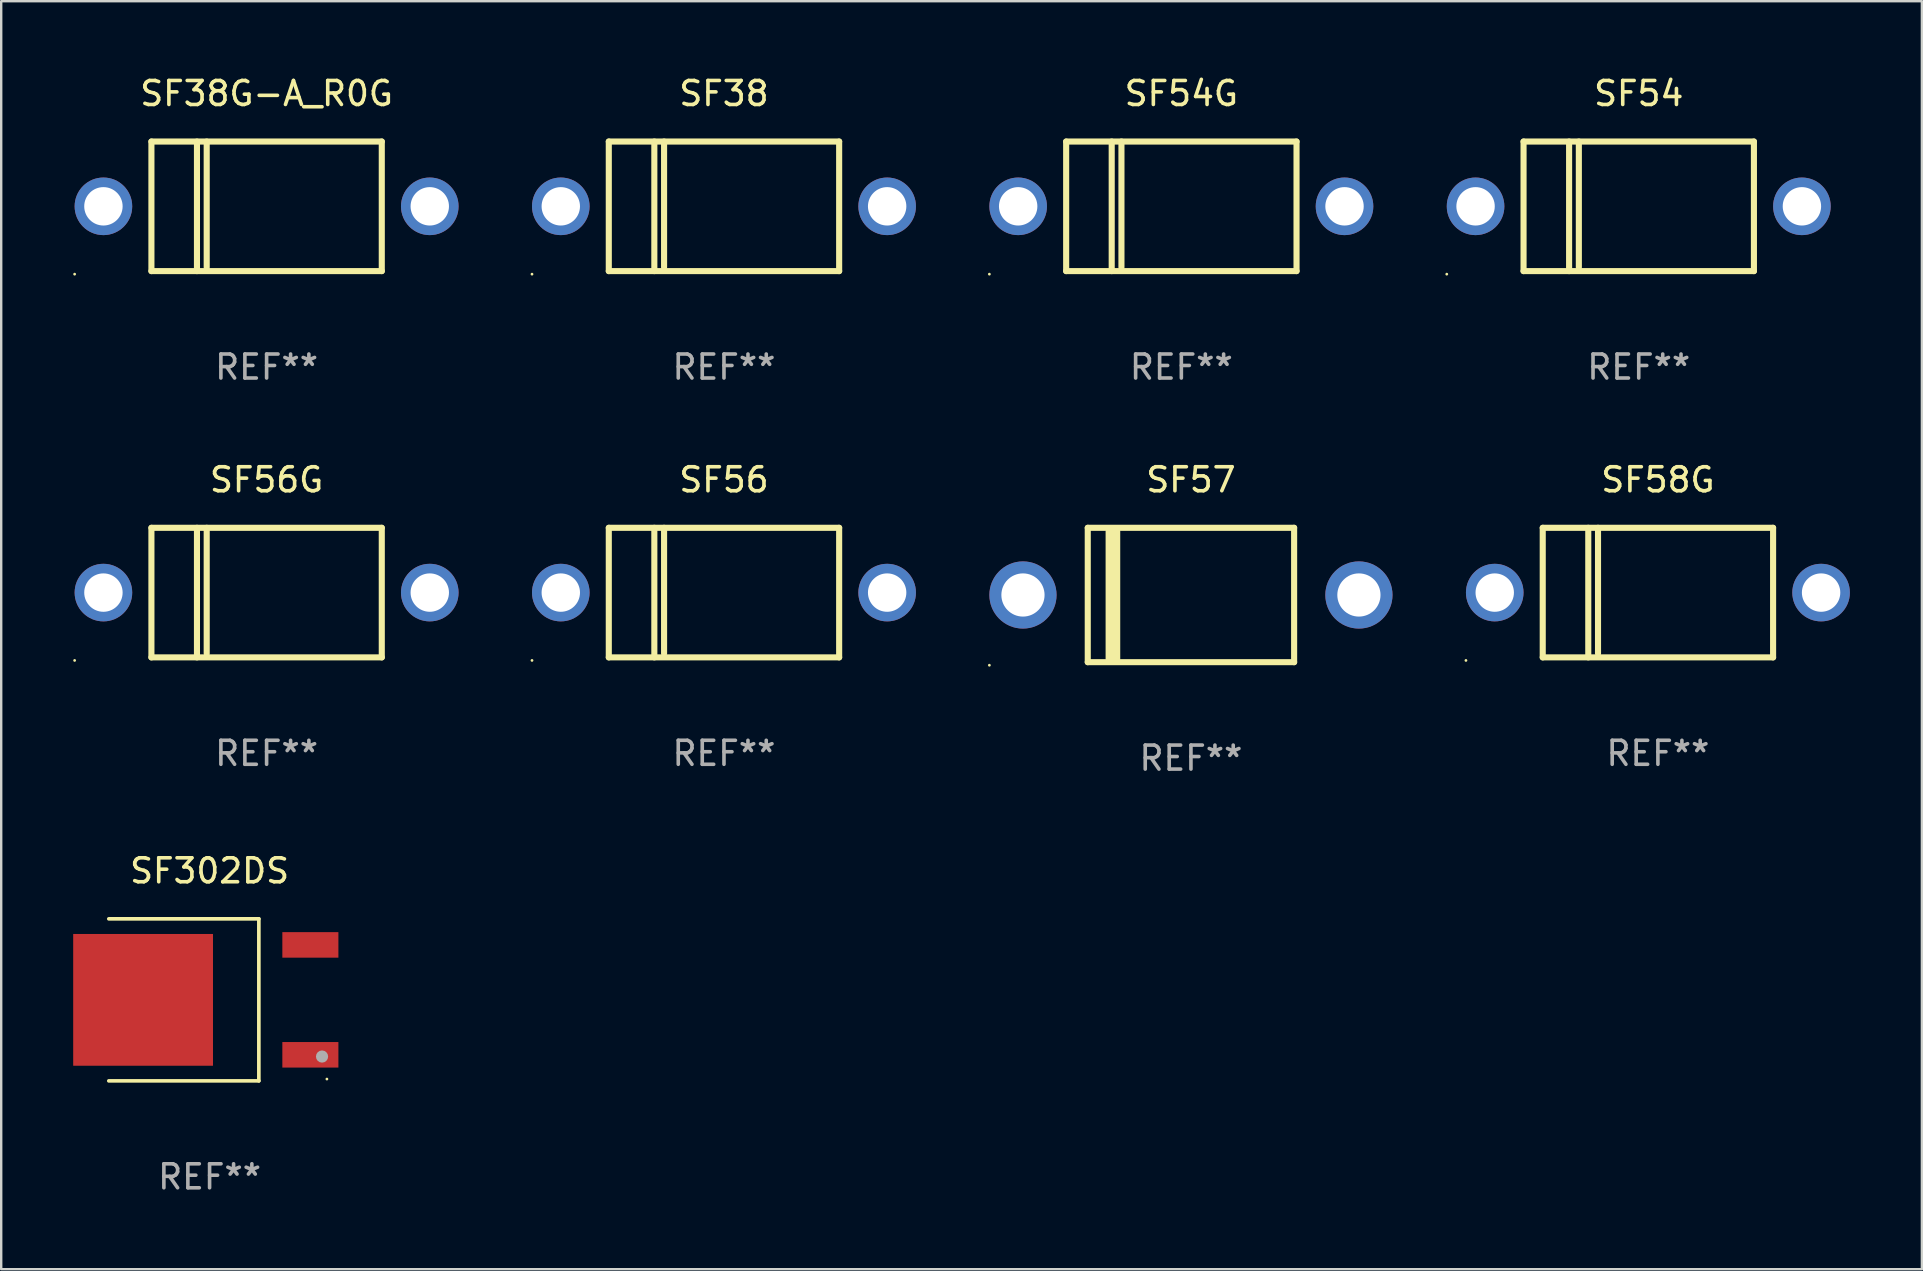
<source format=kicad_pcb>
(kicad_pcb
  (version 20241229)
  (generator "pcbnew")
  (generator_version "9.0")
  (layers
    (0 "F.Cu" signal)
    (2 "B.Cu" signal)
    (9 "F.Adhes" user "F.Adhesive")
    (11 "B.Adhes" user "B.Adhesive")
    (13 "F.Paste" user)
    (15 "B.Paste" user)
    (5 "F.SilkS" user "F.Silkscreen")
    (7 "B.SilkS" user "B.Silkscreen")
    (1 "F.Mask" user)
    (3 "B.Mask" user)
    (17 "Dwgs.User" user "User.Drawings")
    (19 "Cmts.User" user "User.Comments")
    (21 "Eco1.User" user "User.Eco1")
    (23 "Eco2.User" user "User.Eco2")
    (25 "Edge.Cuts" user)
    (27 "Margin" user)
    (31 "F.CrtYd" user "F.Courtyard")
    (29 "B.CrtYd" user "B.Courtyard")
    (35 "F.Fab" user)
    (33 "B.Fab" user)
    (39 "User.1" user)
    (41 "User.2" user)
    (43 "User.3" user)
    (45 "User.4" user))
  (footprint "SF302DS"
    (layer "F.Cu")
    (at 5.684 38.617)
    (property "Reference" "SF302DS" (at 0 -5.376 0) (layer "F.SilkS") (effects (font (size 1 1) (thickness 0.15))))
    (attr through_hole)
    (fp_line (start -4.2 -3.376) (end 2.053 -3.376) (stroke (width 0.152) (type solid)) (layer "F.SilkS"))
    (fp_line (start -4.2 3.376) (end 2.053 3.376) (stroke (width 0.152) (type solid)) (layer "F.SilkS"))
    (fp_line (start 2.053 3.376) (end 2.053 -3.376) (stroke (width 0.152) (type solid)) (layer "F.SilkS"))
    (fp_circle (center 4.889 3.3) (end 4.919 3.3) (stroke (width 0.06) (type solid)) (fill no) (layer "F.SilkS"))
    (fp_circle (center 4.686 2.362) (end 4.813 2.362) (stroke (width 0.254) (type solid)) (fill no) (layer "F.Fab"))
    (fp_text user "REF**" (at 0 7.376 0) (layer "F.Fab") (effects (font (size 1 1) (thickness 0.15))))
    (pad "1" smd rect (at 4.2 2.29) (size 2.336 1.064) (layers "F.Cu" "F.Mask" "F.Paste"))
    (pad "3" smd rect (at 4.2 -2.29) (size 2.336 1.064) (layers "F.Cu" "F.Mask" "F.Paste"))
    (pad "4" smd rect (at -2.771 0) (size 5.826 5.491) (layers "F.Cu" "F.Mask" "F.Paste")))
  (footprint "SF57"
    (layer "F.Cu")
    (at 46.58 21.745)
    (property "Reference" "SF57" (at 0 -4.8 0) (layer "F.SilkS") (effects (font (size 1 1) (thickness 0.15))))
    (attr through_hole)
    (fp_line (start -4.3 -2.8) (end -4.3 2.8) (stroke (width 0.254) (type solid)) (layer "F.SilkS"))
    (fp_line (start -4.3 -2.8) (end 4.3 -2.8) (stroke (width 0.254) (type solid)) (layer "F.SilkS"))
    (fp_line (start -4.3 2.8) (end 4.3 2.8) (stroke (width 0.254) (type solid)) (layer "F.SilkS"))
    (fp_line (start -3.442 2.667) (end -3.442 -2.667) (stroke (width 0.229) (type solid)) (layer "F.SilkS"))
    (fp_line (start -3.315 2.667) (end -3.315 -2.667) (stroke (width 0.229) (type solid)) (layer "F.SilkS"))
    (fp_line (start -3.188 2.667) (end -3.188 -2.667) (stroke (width 0.229) (type solid)) (layer "F.SilkS"))
    (fp_line (start -3.061 2.667) (end -3.061 -2.667) (stroke (width 0.229) (type solid)) (layer "F.SilkS"))
    (fp_line (start 4.3 -2.8) (end 4.3 2.8) (stroke (width 0.254) (type solid)) (layer "F.SilkS"))
    (fp_circle (center -8.4 2.927) (end -8.37 2.927) (stroke (width 0.06) (type solid)) (fill no) (layer "F.SilkS"))
    (fp_text user "REF**" (at 0 6.8 0) (layer "F.Fab") (effects (font (size 1 1) (thickness 0.15))))
    (pad "1" thru_hole circle (at -7 0) (size 2.8 2.8) (drill 1.8) (layers "*.Cu" "*.Mask"))
    (pad "2" thru_hole circle (at 7 0) (size 2.8 2.8) (drill 1.8) (layers "*.Cu" "*.Mask")))
  (footprint "SF38"
    (layer "F.Cu")
    (at 27.12 5.548)
    (property "Reference" "SF38" (at 0 -4.7 0) (layer "F.SilkS") (effects (font (size 1 1) (thickness 0.15))))
    (attr through_hole)
    (fp_line (start -4.8 -2.7) (end -4.8 2.7) (stroke (width 0.254) (type solid)) (layer "F.SilkS"))
    (fp_line (start -4.8 -2.7) (end 4.8 -2.7) (stroke (width 0.254) (type solid)) (layer "F.SilkS"))
    (fp_line (start -2.902 -2.7) (end -2.902 2.7) (stroke (width 0.254) (type solid)) (layer "F.SilkS"))
    (fp_line (start -2.496 -2.7) (end -2.496 2.54) (stroke (width 0.254) (type solid)) (layer "F.SilkS"))
    (fp_line (start 4.8 -2.7) (end 4.8 2.7) (stroke (width 0.254) (type solid)) (layer "F.SilkS"))
    (fp_line (start 4.8 2.7) (end -4.8 2.7) (stroke (width 0.254) (type solid)) (layer "F.SilkS"))
    (fp_circle (center -8 2.827) (end -7.97 2.827) (stroke (width 0.06) (type solid)) (fill no) (layer "F.SilkS"))
    (fp_text user "REF**" (at 0 6.7 0) (layer "F.Fab") (effects (font (size 1 1) (thickness 0.15))))
    (pad "1" thru_hole circle (at -6.8 0) (size 2.4 2.4) (drill 1.6) (layers "*.Cu" "*.Mask"))
    (pad "2" thru_hole circle (at 6.8 0) (size 2.4 2.4) (drill 1.6) (layers "*.Cu" "*.Mask")))
  (footprint "SF58G"
    (layer "F.Cu")
    (at 66.04 21.645)
    (property "Reference" "SF58G" (at 0 -4.7 0) (layer "F.SilkS") (effects (font (size 1 1) (thickness 0.15))))
    (attr through_hole)
    (fp_line (start -4.8 -2.7) (end -4.8 2.7) (stroke (width 0.254) (type solid)) (layer "F.SilkS"))
    (fp_line (start -4.8 -2.7) (end 4.8 -2.7) (stroke (width 0.254) (type solid)) (layer "F.SilkS"))
    (fp_line (start -2.902 -2.7) (end -2.902 2.7) (stroke (width 0.254) (type solid)) (layer "F.SilkS"))
    (fp_line (start -2.496 -2.7) (end -2.496 2.54) (stroke (width 0.254) (type solid)) (layer "F.SilkS"))
    (fp_line (start 4.8 -2.7) (end 4.8 2.7) (stroke (width 0.254) (type solid)) (layer "F.SilkS"))
    (fp_line (start 4.8 2.7) (end -4.8 2.7) (stroke (width 0.254) (type solid)) (layer "F.SilkS"))
    (fp_circle (center -8 2.827) (end -7.97 2.827) (stroke (width 0.06) (type solid)) (fill no) (layer "F.SilkS"))
    (fp_text user "REF**" (at 0 6.7 0) (layer "F.Fab") (effects (font (size 1 1) (thickness 0.15))))
    (pad "1" thru_hole circle (at -6.8 0) (size 2.4 2.4) (drill 1.6) (layers "*.Cu" "*.Mask"))
    (pad "2" thru_hole circle (at 6.8 0) (size 2.4 2.4) (drill 1.6) (layers "*.Cu" "*.Mask")))
  (footprint "SF56"
    (layer "F.Cu")
    (at 27.12 21.645)
    (property "Reference" "SF56" (at 0 -4.7 0) (layer "F.SilkS") (effects (font (size 1 1) (thickness 0.15))))
    (attr through_hole)
    (fp_line (start -4.8 -2.7) (end -4.8 2.7) (stroke (width 0.254) (type solid)) (layer "F.SilkS"))
    (fp_line (start -4.8 -2.7) (end 4.8 -2.7) (stroke (width 0.254) (type solid)) (layer "F.SilkS"))
    (fp_line (start -2.902 -2.7) (end -2.902 2.7) (stroke (width 0.254) (type solid)) (layer "F.SilkS"))
    (fp_line (start -2.496 -2.7) (end -2.496 2.54) (stroke (width 0.254) (type solid)) (layer "F.SilkS"))
    (fp_line (start 4.8 -2.7) (end 4.8 2.7) (stroke (width 0.254) (type solid)) (layer "F.SilkS"))
    (fp_line (start 4.8 2.7) (end -4.8 2.7) (stroke (width 0.254) (type solid)) (layer "F.SilkS"))
    (fp_circle (center -8 2.827) (end -7.97 2.827) (stroke (width 0.06) (type solid)) (fill no) (layer "F.SilkS"))
    (fp_text user "REF**" (at 0 6.7 0) (layer "F.Fab") (effects (font (size 1 1) (thickness 0.15))))
    (pad "1" thru_hole circle (at -6.8 0) (size 2.4 2.4) (drill 1.6) (layers "*.Cu" "*.Mask"))
    (pad "2" thru_hole circle (at 6.8 0) (size 2.4 2.4) (drill 1.6) (layers "*.Cu" "*.Mask")))
  (footprint "SF54G"
    (layer "F.Cu")
    (at 46.18 5.548)
    (property "Reference" "SF54G" (at 0 -4.7 0) (layer "F.SilkS") (effects (font (size 1 1) (thickness 0.15))))
    (attr through_hole)
    (fp_line (start -4.8 -2.7) (end -4.8 2.7) (stroke (width 0.254) (type solid)) (layer "F.SilkS"))
    (fp_line (start -4.8 -2.7) (end 4.8 -2.7) (stroke (width 0.254) (type solid)) (layer "F.SilkS"))
    (fp_line (start -2.902 -2.7) (end -2.902 2.7) (stroke (width 0.254) (type solid)) (layer "F.SilkS"))
    (fp_line (start -2.496 -2.7) (end -2.496 2.54) (stroke (width 0.254) (type solid)) (layer "F.SilkS"))
    (fp_line (start 4.8 -2.7) (end 4.8 2.7) (stroke (width 0.254) (type solid)) (layer "F.SilkS"))
    (fp_line (start 4.8 2.7) (end -4.8 2.7) (stroke (width 0.254) (type solid)) (layer "F.SilkS"))
    (fp_circle (center -8 2.827) (end -7.97 2.827) (stroke (width 0.06) (type solid)) (fill no) (layer "F.SilkS"))
    (fp_text user "REF**" (at 0 6.7 0) (layer "F.Fab") (effects (font (size 1 1) (thickness 0.15))))
    (pad "1" thru_hole circle (at -6.8 0) (size 2.4 2.4) (drill 1.6) (layers "*.Cu" "*.Mask"))
    (pad "2" thru_hole circle (at 6.8 0) (size 2.4 2.4) (drill 1.6) (layers "*.Cu" "*.Mask")))
  (footprint "SF38G-A_R0G"
    (layer "F.Cu")
    (at 8.06 5.548)
    (property "Reference" "SF38G-A_R0G" (at 0 -4.7 0) (layer "F.SilkS") (effects (font (size 1 1) (thickness 0.15))))
    (attr through_hole)
    (fp_line (start -4.8 -2.7) (end -4.8 2.7) (stroke (width 0.254) (type solid)) (layer "F.SilkS"))
    (fp_line (start -4.8 -2.7) (end 4.8 -2.7) (stroke (width 0.254) (type solid)) (layer "F.SilkS"))
    (fp_line (start -2.902 -2.7) (end -2.902 2.7) (stroke (width 0.254) (type solid)) (layer "F.SilkS"))
    (fp_line (start -2.496 -2.7) (end -2.496 2.54) (stroke (width 0.254) (type solid)) (layer "F.SilkS"))
    (fp_line (start 4.8 -2.7) (end 4.8 2.7) (stroke (width 0.254) (type solid)) (layer "F.SilkS"))
    (fp_line (start 4.8 2.7) (end -4.8 2.7) (stroke (width 0.254) (type solid)) (layer "F.SilkS"))
    (fp_circle (center -8 2.827) (end -7.97 2.827) (stroke (width 0.06) (type solid)) (fill no) (layer "F.SilkS"))
    (fp_text user "REF**" (at 0 6.7 0) (layer "F.Fab") (effects (font (size 1 1) (thickness 0.15))))
    (pad "1" thru_hole circle (at -6.8 0) (size 2.4 2.4) (drill 1.6) (layers "*.Cu" "*.Mask"))
    (pad "2" thru_hole circle (at 6.8 0) (size 2.4 2.4) (drill 1.6) (layers "*.Cu" "*.Mask")))
  (footprint "SF56G"
    (layer "F.Cu")
    (at 8.06 21.645)
    (property "Reference" "SF56G" (at 0 -4.7 0) (layer "F.SilkS") (effects (font (size 1 1) (thickness 0.15))))
    (attr through_hole)
    (fp_line (start -4.8 -2.7) (end -4.8 2.7) (stroke (width 0.254) (type solid)) (layer "F.SilkS"))
    (fp_line (start -4.8 -2.7) (end 4.8 -2.7) (stroke (width 0.254) (type solid)) (layer "F.SilkS"))
    (fp_line (start -2.902 -2.7) (end -2.902 2.7) (stroke (width 0.254) (type solid)) (layer "F.SilkS"))
    (fp_line (start -2.496 -2.7) (end -2.496 2.54) (stroke (width 0.254) (type solid)) (layer "F.SilkS"))
    (fp_line (start 4.8 -2.7) (end 4.8 2.7) (stroke (width 0.254) (type solid)) (layer "F.SilkS"))
    (fp_line (start 4.8 2.7) (end -4.8 2.7) (stroke (width 0.254) (type solid)) (layer "F.SilkS"))
    (fp_circle (center -8 2.827) (end -7.97 2.827) (stroke (width 0.06) (type solid)) (fill no) (layer "F.SilkS"))
    (fp_text user "REF**" (at 0 6.7 0) (layer "F.Fab") (effects (font (size 1 1) (thickness 0.15))))
    (pad "1" thru_hole circle (at -6.8 0) (size 2.4 2.4) (drill 1.6) (layers "*.Cu" "*.Mask"))
    (pad "2" thru_hole circle (at 6.8 0) (size 2.4 2.4) (drill 1.6) (layers "*.Cu" "*.Mask")))
  (footprint "SF54"
    (layer "F.Cu")
    (at 65.241 5.548)
    (property "Reference" "SF54" (at 0 -4.7 0) (layer "F.SilkS") (effects (font (size 1 1) (thickness 0.15))))
    (attr through_hole)
    (fp_line (start -4.8 -2.7) (end -4.8 2.7) (stroke (width 0.254) (type solid)) (layer "F.SilkS"))
    (fp_line (start -4.8 -2.7) (end 4.8 -2.7) (stroke (width 0.254) (type solid)) (layer "F.SilkS"))
    (fp_line (start -2.902 -2.7) (end -2.902 2.7) (stroke (width 0.254) (type solid)) (layer "F.SilkS"))
    (fp_line (start -2.496 -2.7) (end -2.496 2.54) (stroke (width 0.254) (type solid)) (layer "F.SilkS"))
    (fp_line (start 4.8 -2.7) (end 4.8 2.7) (stroke (width 0.254) (type solid)) (layer "F.SilkS"))
    (fp_line (start 4.8 2.7) (end -4.8 2.7) (stroke (width 0.254) (type solid)) (layer "F.SilkS"))
    (fp_circle (center -8 2.827) (end -7.97 2.827) (stroke (width 0.06) (type solid)) (fill no) (layer "F.SilkS"))
    (fp_text user "REF**" (at 0 6.7 0) (layer "F.Fab") (effects (font (size 1 1) (thickness 0.15))))
    (pad "1" thru_hole circle (at -6.8 0) (size 2.4 2.4) (drill 1.6) (layers "*.Cu" "*.Mask"))
    (pad "2" thru_hole circle (at 6.8 0) (size 2.4 2.4) (drill 1.6) (layers "*.Cu" "*.Mask")))
  (gr_rect
    (start -3 -3)
    (end 77.041 49.842)
    (stroke (width 0.1) (type default))
    (fill no)
    (layer "Edge.Cuts")))
</source>
